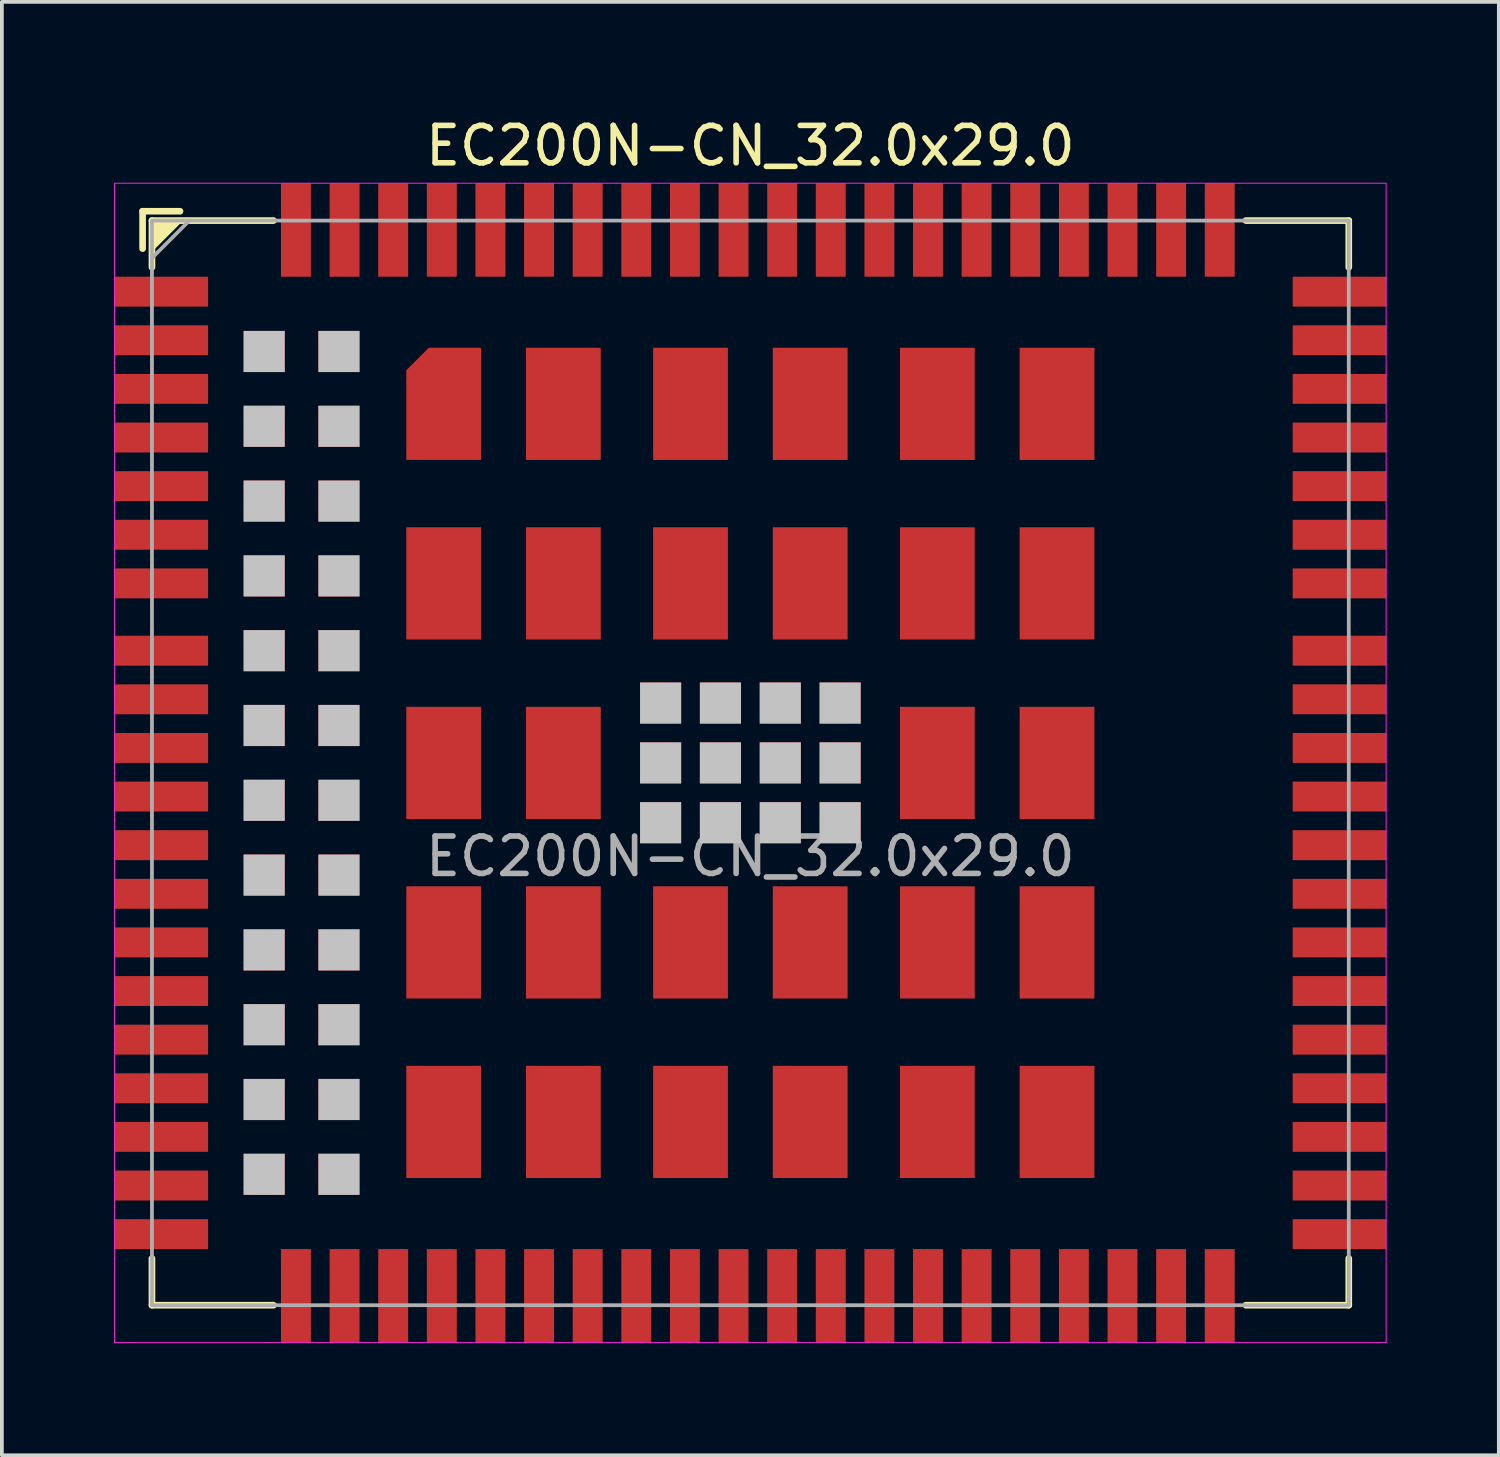
<source format=kicad_pcb>
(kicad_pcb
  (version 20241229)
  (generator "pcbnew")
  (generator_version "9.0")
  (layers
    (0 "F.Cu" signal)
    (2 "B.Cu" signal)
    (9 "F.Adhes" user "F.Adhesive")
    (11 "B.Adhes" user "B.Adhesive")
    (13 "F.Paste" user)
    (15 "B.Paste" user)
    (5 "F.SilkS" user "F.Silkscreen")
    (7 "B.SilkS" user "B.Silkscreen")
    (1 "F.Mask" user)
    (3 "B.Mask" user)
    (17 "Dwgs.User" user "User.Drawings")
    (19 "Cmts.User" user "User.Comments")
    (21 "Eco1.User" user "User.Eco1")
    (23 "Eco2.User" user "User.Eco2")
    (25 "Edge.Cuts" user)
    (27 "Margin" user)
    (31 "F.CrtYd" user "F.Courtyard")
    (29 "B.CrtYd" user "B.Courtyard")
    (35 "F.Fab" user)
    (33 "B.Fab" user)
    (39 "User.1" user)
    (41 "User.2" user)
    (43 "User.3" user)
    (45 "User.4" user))
  (footprint "EC200N-CN_32.0x29.0"
    (layer "F.Cu")
    (at 17.013 17.348)
    (property "Reference" "EC200N-CN_32.0x29.0" (at 0 -16.5 0) (unlocked yes) (layer "F.SilkS") (effects (font (size 1 1) (thickness 0.15))))
    (attr smd)
    (fp_line (start -16.25 -14.75) (end -15.25 -14.75) (stroke (width 0.178) (type solid)) (layer "F.SilkS"))
    (fp_line (start -16.25 -13.75) (end -16.25 -14.75) (stroke (width 0.178) (type solid)) (layer "F.SilkS"))
    (fp_line (start -16 -14.5) (end -16 -13.25) (stroke (width 0.178) (type solid)) (layer "F.SilkS"))
    (fp_line (start -16 13.25) (end -16 14.5) (stroke (width 0.178) (type solid)) (layer "F.SilkS"))
    (fp_line (start -16 14.5) (end -12.75 14.5) (stroke (width 0.178) (type solid)) (layer "F.SilkS"))
    (fp_line (start -12.75 -14.5) (end -16 -14.5) (stroke (width 0.178) (type solid)) (layer "F.SilkS"))
    (fp_line (start 13.25 14.5) (end 16 14.5) (stroke (width 0.178) (type solid)) (layer "F.SilkS"))
    (fp_line (start 16 -14.5) (end 13.25 -14.5) (stroke (width 0.178) (type solid)) (layer "F.SilkS"))
    (fp_line (start 16 -13.25) (end 16 -14.5) (stroke (width 0.178) (type solid)) (layer "F.SilkS"))
    (fp_line (start 16 14.5) (end 16 13.25) (stroke (width 0.178) (type solid)) (layer "F.SilkS"))
    (fp_poly (pts (xy -16 -13.75) (xy -16 -14.5) (xy -15.25 -14.5)) (stroke (width 0.12) (type solid)) (fill yes) (layer "F.SilkS"))
    (fp_rect (start -17 -15.5) (end 17 15.5) (stroke (width 0.025) (type solid)) (fill no) (layer "F.CrtYd"))
    (fp_line (start -16 -13.5) (end -15 -14.5) (stroke (width 0.1) (type solid)) (layer "F.Fab"))
    (fp_rect (start -16 -14.5) (end 16 14.5) (stroke (width 0.1) (type solid)) (fill no) (layer "F.Fab"))
    (fp_text user "${REFERENCE}" (at 0 2.5 0) (unlocked yes) (layer "F.Fab") (effects (font (size 1 1) (thickness 0.15))))
    (pad "1" smd rect (at -15.75 -12.6) (size 2.5 0.8) (layers "F.Cu" "F.Mask" "F.Paste"))
    (pad "2" smd rect (at -15.75 -11.3) (size 2.5 0.8) (layers "F.Cu" "F.Mask" "F.Paste"))
    (pad "3" smd rect (at -15.75 -10) (size 2.5 0.8) (layers "F.Cu" "F.Mask" "F.Paste"))
    (pad "4" smd rect (at -15.75 -8.7) (size 2.5 0.8) (layers "F.Cu" "F.Mask" "F.Paste"))
    (pad "5" smd rect (at -15.75 -7.4) (size 2.5 0.8) (layers "F.Cu" "F.Mask" "F.Paste"))
    (pad "6" smd rect (at -15.75 -6.1) (size 2.5 0.8) (layers "F.Cu" "F.Mask" "F.Paste"))
    (pad "7" smd rect (at -15.75 -4.8) (size 2.5 0.8) (layers "F.Cu" "F.Mask" "F.Paste"))
    (pad "8" smd rect (at -15.75 -0.4) (size 2.5 0.8) (layers "F.Cu" "F.Mask" "F.Paste"))
    (pad "9" smd rect (at -15.75 0.9) (size 2.5 0.8) (layers "F.Cu" "F.Mask" "F.Paste"))
    (pad "10" smd rect (at -15.75 2.2) (size 2.5 0.8) (layers "F.Cu" "F.Mask" "F.Paste"))
    (pad "11" smd rect (at -15.75 3.5) (size 2.5 0.8) (layers "F.Cu" "F.Mask" "F.Paste"))
    (pad "12" smd rect (at -15.75 4.8) (size 2.5 0.8) (layers "F.Cu" "F.Mask" "F.Paste"))
    (pad "13" smd rect (at -15.75 6.1) (size 2.5 0.8) (layers "F.Cu" "F.Mask" "F.Paste"))
    (pad "14" smd rect (at -15.75 7.4) (size 2.5 0.8) (layers "F.Cu" "F.Mask" "F.Paste"))
    (pad "15" smd rect (at -15.75 8.7) (size 2.5 0.8) (layers "F.Cu" "F.Mask" "F.Paste"))
    (pad "16" smd rect (at -15.75 10) (size 2.5 0.8) (layers "F.Cu" "F.Mask" "F.Paste"))
    (pad "17" smd rect (at -15.75 11.3) (size 2.5 0.8) (layers "F.Cu" "F.Mask" "F.Paste"))
    (pad "18" smd rect (at -15.75 12.6) (size 2.5 0.8) (layers "F.Cu" "F.Mask" "F.Paste"))
    (pad "19" smd rect (at -9.55 14.25) (size 0.8 2.5) (layers "F.Cu" "F.Mask" "F.Paste"))
    (pad "20" smd rect (at -8.25 14.25) (size 0.8 2.5) (layers "F.Cu" "F.Mask" "F.Paste"))
    (pad "21" smd rect (at -6.95 14.25) (size 0.8 2.5) (layers "F.Cu" "F.Mask" "F.Paste"))
    (pad "22" smd rect (at -5.65 14.25) (size 0.8 2.5) (layers "F.Cu" "F.Mask" "F.Paste"))
    (pad "23" smd rect (at -4.35 14.25) (size 0.8 2.5) (layers "F.Cu" "F.Mask" "F.Paste"))
    (pad "24" smd rect (at -3.05 14.25) (size 0.8 2.5) (layers "F.Cu" "F.Mask" "F.Paste"))
    (pad "25" smd rect (at -1.75 14.25) (size 0.8 2.5) (layers "F.Cu" "F.Mask" "F.Paste"))
    (pad "26" smd rect (at -0.45 14.25) (size 0.8 2.5) (layers "F.Cu" "F.Mask" "F.Paste"))
    (pad "27" smd rect (at 0.85 14.25) (size 0.8 2.5) (layers "F.Cu" "F.Mask" "F.Paste"))
    (pad "28" smd rect (at 2.15 14.25) (size 0.8 2.5) (layers "F.Cu" "F.Mask" "F.Paste"))
    (pad "29" smd rect (at 3.45 14.25) (size 0.8 2.5) (layers "F.Cu" "F.Mask" "F.Paste"))
    (pad "30" smd rect (at 4.75 14.25) (size 0.8 2.5) (layers "F.Cu" "F.Mask" "F.Paste"))
    (pad "31" smd rect (at 6.05 14.25) (size 0.8 2.5) (layers "F.Cu" "F.Mask" "F.Paste"))
    (pad "32" smd rect (at 7.35 14.25) (size 0.8 2.5) (layers "F.Cu" "F.Mask" "F.Paste"))
    (pad "33" smd rect (at 8.65 14.25) (size 0.8 2.5) (layers "F.Cu" "F.Mask" "F.Paste"))
    (pad "34" smd rect (at 9.95 14.25) (size 0.8 2.5) (layers "F.Cu" "F.Mask" "F.Paste"))
    (pad "35" smd rect (at 11.25 14.25) (size 0.8 2.5) (layers "F.Cu" "F.Mask" "F.Paste"))
    (pad "36" smd rect (at 12.55 14.25) (size 0.8 2.5) (layers "F.Cu" "F.Mask" "F.Paste"))
    (pad "37" smd rect (at 15.75 12.6) (size 2.5 0.8) (layers "F.Cu" "F.Mask" "F.Paste"))
    (pad "38" smd rect (at 15.75 11.3) (size 2.5 0.8) (layers "F.Cu" "F.Mask" "F.Paste"))
    (pad "39" smd rect (at 15.75 10) (size 2.5 0.8) (layers "F.Cu" "F.Mask" "F.Paste"))
    (pad "40" smd rect (at 15.75 8.7) (size 2.5 0.8) (layers "F.Cu" "F.Mask" "F.Paste"))
    (pad "41" smd rect (at 15.75 7.4) (size 2.5 0.8) (layers "F.Cu" "F.Mask" "F.Paste"))
    (pad "42" smd rect (at 15.75 6.1) (size 2.5 0.8) (layers "F.Cu" "F.Mask" "F.Paste"))
    (pad "43" smd rect (at 15.75 4.8) (size 2.5 0.8) (layers "F.Cu" "F.Mask" "F.Paste"))
    (pad "44" smd rect (at 15.75 3.5) (size 2.5 0.8) (layers "F.Cu" "F.Mask" "F.Paste"))
    (pad "45" smd rect (at 15.75 2.2) (size 2.5 0.8) (layers "F.Cu" "F.Mask" "F.Paste"))
    (pad "46" smd rect (at 15.75 0.9) (size 2.5 0.8) (layers "F.Cu" "F.Mask" "F.Paste"))
    (pad "47" smd rect (at 15.75 -0.4) (size 2.5 0.8) (layers "F.Cu" "F.Mask" "F.Paste"))
    (pad "48" smd rect (at 15.75 -4.8) (size 2.5 0.8) (layers "F.Cu" "F.Mask" "F.Paste"))
    (pad "49" smd rect (at 15.75 -6.1) (size 2.5 0.8) (layers "F.Cu" "F.Mask" "F.Paste"))
    (pad "50" smd rect (at 15.75 -7.4) (size 2.5 0.8) (layers "F.Cu" "F.Mask" "F.Paste"))
    (pad "51" smd rect (at 15.75 -8.7) (size 2.5 0.8) (layers "F.Cu" "F.Mask" "F.Paste"))
    (pad "52" smd rect (at 15.75 -10) (size 2.5 0.8) (layers "F.Cu" "F.Mask" "F.Paste"))
    (pad "53" smd rect (at 15.75 -11.3) (size 2.5 0.8) (layers "F.Cu" "F.Mask" "F.Paste"))
    (pad "54" smd rect (at 15.75 -12.6) (size 2.5 0.8) (layers "F.Cu" "F.Mask" "F.Paste"))
    (pad "55" smd rect (at 12.55 -14.25) (size 0.8 2.5) (layers "F.Cu" "F.Mask" "F.Paste"))
    (pad "56" smd rect (at 11.25 -14.25) (size 0.8 2.5) (layers "F.Cu" "F.Mask" "F.Paste"))
    (pad "57" smd rect (at 9.95 -14.25) (size 0.8 2.5) (layers "F.Cu" "F.Mask" "F.Paste"))
    (pad "58" smd rect (at 8.65 -14.25) (size 0.8 2.5) (layers "F.Cu" "F.Mask" "F.Paste"))
    (pad "59" smd rect (at 7.35 -14.25) (size 0.8 2.5) (layers "F.Cu" "F.Mask" "F.Paste"))
    (pad "60" smd rect (at 6.05 -14.25) (size 0.8 2.5) (layers "F.Cu" "F.Mask" "F.Paste"))
    (pad "61" smd rect (at 4.75 -14.25) (size 0.8 2.5) (layers "F.Cu" "F.Mask" "F.Paste"))
    (pad "62" smd rect (at 3.45 -14.25) (size 0.8 2.5) (layers "F.Cu" "F.Mask" "F.Paste"))
    (pad "63" smd rect (at 2.15 -14.25) (size 0.8 2.5) (layers "F.Cu" "F.Mask" "F.Paste"))
    (pad "64" smd rect (at 0.85 -14.25) (size 0.8 2.5) (layers "F.Cu" "F.Mask" "F.Paste"))
    (pad "65" smd rect (at -0.45 -14.25) (size 0.8 2.5) (layers "F.Cu" "F.Mask" "F.Paste"))
    (pad "66" smd rect (at -1.75 -14.25) (size 0.8 2.5) (layers "F.Cu" "F.Mask" "F.Paste"))
    (pad "67" smd rect (at -3.05 -14.25) (size 0.8 2.5) (layers "F.Cu" "F.Mask" "F.Paste"))
    (pad "68" smd rect (at -4.35 -14.25) (size 0.8 2.5) (layers "F.Cu" "F.Mask" "F.Paste"))
    (pad "69" smd rect (at -5.65 -14.25) (size 0.8 2.5) (layers "F.Cu" "F.Mask" "F.Paste"))
    (pad "70" smd rect (at -6.95 -14.25) (size 0.8 2.5) (layers "F.Cu" "F.Mask" "F.Paste"))
    (pad "71" smd rect (at -8.25 -14.25) (size 0.8 2.5) (layers "F.Cu" "F.Mask" "F.Paste"))
    (pad "72" smd rect (at -9.55 -14.25) (size 0.8 2.5) (layers "F.Cu" "F.Mask" "F.Paste"))
    (pad "73" smd rect (at 2.4 -1.6) (size 1.1 1.1) (layers "F.Cu" "F.Mask" "F.Paste" "Dwgs.User"))
    (pad "74" smd rect (at 2.4 0) (size 1.1 1.1) (layers "F.Cu" "F.Mask" "F.Paste" "Dwgs.User"))
    (pad "75" smd rect (at 2.4 1.6) (size 1.1 1.1) (layers "F.Cu" "F.Mask" "F.Paste" "Dwgs.User"))
    (pad "76" smd rect (at 0.8 -1.6) (size 1.1 1.1) (layers "F.Cu" "F.Mask" "F.Paste" "Dwgs.User"))
    (pad "77" smd rect (at 0.8 0) (size 1.1 1.1) (layers "F.Cu" "F.Mask" "F.Paste" "Dwgs.User"))
    (pad "78" smd rect (at 0.8 1.6) (size 1.1 1.1) (layers "F.Cu" "F.Mask" "F.Paste" "Dwgs.User"))
    (pad "79" smd rect (at -0.8 -1.6) (size 1.1 1.1) (layers "F.Cu" "F.Mask" "F.Paste" "Dwgs.User"))
    (pad "80" smd rect (at -0.8 0) (size 1.1 1.1) (layers "F.Cu" "F.Mask" "F.Paste" "Dwgs.User"))
    (pad "81" smd rect (at -0.8 1.6) (size 1.1 1.1) (layers "F.Cu" "F.Mask" "F.Paste" "Dwgs.User"))
    (pad "82" smd rect (at -2.4 -1.6) (size 1.1 1.1) (layers "F.Cu" "F.Mask" "F.Paste" "Dwgs.User"))
    (pad "83" smd rect (at -2.4 0) (size 1.1 1.1) (layers "F.Cu" "F.Mask" "F.Paste" "Dwgs.User"))
    (pad "84" smd rect (at -2.4 1.6) (size 1.1 1.1) (layers "F.Cu" "F.Mask" "F.Paste" "Dwgs.User"))
    (pad "85" smd rect (at 8.2 -9.6) (size 2 3) (layers "F.Cu" "F.Mask" "F.Paste"))
    (pad "86" smd rect (at 8.2 -4.8) (size 2 3) (layers "F.Cu" "F.Mask" "F.Paste"))
    (pad "87" smd rect (at 8.2 0) (size 2 3) (layers "F.Cu" "F.Mask" "F.Paste"))
    (pad "88" smd rect (at 8.2 4.8) (size 2 3) (layers "F.Cu" "F.Mask" "F.Paste"))
    (pad "89" smd rect (at 8.2 9.6) (size 2 3) (layers "F.Cu" "F.Mask" "F.Paste"))
    (pad "90" smd rect (at 5 -9.6) (size 2 3) (layers "F.Cu" "F.Mask" "F.Paste"))
    (pad "91" smd rect (at 5 -4.8) (size 2 3) (layers "F.Cu" "F.Mask" "F.Paste"))
    (pad "92" smd rect (at 5 0) (size 2 3) (layers "F.Cu" "F.Mask" "F.Paste"))
    (pad "93" smd rect (at 5 4.8) (size 2 3) (layers "F.Cu" "F.Mask" "F.Paste"))
    (pad "94" smd rect (at 5 9.6) (size 2 3) (layers "F.Cu" "F.Mask" "F.Paste"))
    (pad "95" smd rect (at 1.6 -9.6) (size 2 3) (layers "F.Cu" "F.Mask" "F.Paste"))
    (pad "96" smd rect (at 1.6 -4.8) (size 2 3) (layers "F.Cu" "F.Mask" "F.Paste"))
    (pad "97" smd rect (at 1.6 4.8) (size 2 3) (layers "F.Cu" "F.Mask" "F.Paste"))
    (pad "98" smd rect (at 1.6 9.6) (size 2 3) (layers "F.Cu" "F.Mask" "F.Paste"))
    (pad "99" smd rect (at -1.6 -9.6) (size 2 3) (layers "F.Cu" "F.Mask" "F.Paste"))
    (pad "100" smd rect (at -1.6 -4.8) (size 2 3) (layers "F.Cu" "F.Mask" "F.Paste"))
    (pad "101" smd rect (at -1.6 4.8) (size 2 3) (layers "F.Cu" "F.Mask" "F.Paste"))
    (pad "102" smd rect (at -1.6 9.6) (size 2 3) (layers "F.Cu" "F.Mask" "F.Paste"))
    (pad "103" smd rect (at -5 -9.6) (size 2 3) (layers "F.Cu" "F.Mask" "F.Paste"))
    (pad "104" smd rect (at -5 -4.8) (size 2 3) (layers "F.Cu" "F.Mask" "F.Paste"))
    (pad "105" smd rect (at -5 0) (size 2 3) (layers "F.Cu" "F.Mask" "F.Paste"))
    (pad "106" smd rect (at -5 4.8) (size 2 3) (layers "F.Cu" "F.Mask" "F.Paste"))
    (pad "107" smd rect (at -5 9.6) (size 2 3) (layers "F.Cu" "F.Mask" "F.Paste"))
    (pad "108" smd roundrect (at -8.2 -9.6) (size 2 3) (layers "F.Cu" "F.Mask" "F.Paste") (roundrect_rratio 0) (chamfer_ratio 0.3) (chamfer top_left))
    (pad "109" smd rect (at -8.2 -4.8) (size 2 3) (layers "F.Cu" "F.Mask" "F.Paste"))
    (pad "110" smd rect (at -8.2 0) (size 2 3) (layers "F.Cu" "F.Mask" "F.Paste"))
    (pad "111" smd rect (at -8.2 4.8) (size 2 3) (layers "F.Cu" "F.Mask" "F.Paste"))
    (pad "112" smd rect (at -8.2 9.6) (size 2 3) (layers "F.Cu" "F.Mask" "F.Paste"))
    (pad "113" smd rect (at -10.85 -14.25) (size 0.8 2.5) (layers "F.Cu" "F.Mask" "F.Paste"))
    (pad "114" smd rect (at -12.15 -14.25) (size 0.8 2.5) (layers "F.Cu" "F.Mask" "F.Paste"))
    (pad "115" smd rect (at -10.85 14.25) (size 0.8 2.5) (layers "F.Cu" "F.Mask" "F.Paste"))
    (pad "116" smd rect (at -12.15 14.25) (size 0.8 2.5) (layers "F.Cu" "F.Mask" "F.Paste"))
    (pad "117" smd rect (at -11 -11) (size 1.1 1.1) (layers "F.Cu" "F.Mask" "F.Paste" "Dwgs.User"))
    (pad "118" smd rect (at -11 -9) (size 1.1 1.1) (layers "F.Cu" "F.Mask" "F.Paste" "Dwgs.User"))
    (pad "119" smd rect (at -11 -7) (size 1.1 1.1) (layers "F.Cu" "F.Mask" "F.Paste" "Dwgs.User"))
    (pad "120" smd rect (at -11 -5) (size 1.1 1.1) (layers "F.Cu" "F.Mask" "F.Paste" "Dwgs.User"))
    (pad "121" smd rect (at -11 -3) (size 1.1 1.1) (layers "F.Cu" "F.Mask" "F.Paste" "Dwgs.User"))
    (pad "122" smd rect (at -11 -1) (size 1.1 1.1) (layers "F.Cu" "F.Mask" "F.Paste" "Dwgs.User"))
    (pad "123" smd rect (at -11 1) (size 1.1 1.1) (layers "F.Cu" "F.Mask" "F.Paste" "Dwgs.User"))
    (pad "124" smd rect (at -11 3) (size 1.1 1.1) (layers "F.Cu" "F.Mask" "F.Paste" "Dwgs.User"))
    (pad "125" smd rect (at -11 5) (size 1.1 1.1) (layers "F.Cu" "F.Mask" "F.Paste" "Dwgs.User"))
    (pad "126" smd rect (at -11 7) (size 1.1 1.1) (layers "F.Cu" "F.Mask" "F.Paste" "Dwgs.User"))
    (pad "127" smd rect (at -11 9) (size 1.1 1.1) (layers "F.Cu" "F.Mask" "F.Paste" "Dwgs.User"))
    (pad "128" smd rect (at -11 11) (size 1.1 1.1) (layers "F.Cu" "F.Mask" "F.Paste" "Dwgs.User"))
    (pad "129" smd rect (at -13 -11) (size 1.1 1.1) (layers "F.Cu" "F.Mask" "F.Paste" "Dwgs.User"))
    (pad "130" smd rect (at -13 -9) (size 1.1 1.1) (layers "F.Cu" "F.Mask" "F.Paste" "Dwgs.User"))
    (pad "131" smd rect (at -13 -7) (size 1.1 1.1) (layers "F.Cu" "F.Mask" "F.Paste" "Dwgs.User"))
    (pad "132" smd rect (at -13 -5) (size 1.1 1.1) (layers "F.Cu" "F.Mask" "F.Paste" "Dwgs.User"))
    (pad "133" smd rect (at -13 -3) (size 1.1 1.1) (layers "F.Cu" "F.Mask" "F.Paste" "Dwgs.User"))
    (pad "134" smd rect (at -13 -1) (size 1.1 1.1) (layers "F.Cu" "F.Mask" "F.Paste" "Dwgs.User"))
    (pad "135" smd rect (at -13 1) (size 1.1 1.1) (layers "F.Cu" "F.Mask" "F.Paste" "Dwgs.User"))
    (pad "136" smd rect (at -13 3) (size 1.1 1.1) (layers "F.Cu" "F.Mask" "F.Paste" "Dwgs.User"))
    (pad "137" smd rect (at -13 5) (size 1.1 1.1) (layers "F.Cu" "F.Mask" "F.Paste" "Dwgs.User"))
    (pad "138" smd rect (at -13 7) (size 1.1 1.1) (layers "F.Cu" "F.Mask" "F.Paste" "Dwgs.User"))
    (pad "139" smd rect (at -13 9) (size 1.1 1.1) (layers "F.Cu" "F.Mask" "F.Paste" "Dwgs.User"))
    (pad "140" smd rect (at -13 11) (size 1.1 1.1) (layers "F.Cu" "F.Mask" "F.Paste" "Dwgs.User"))
    (pad "141" smd rect (at -15.75 -3) (size 2.5 0.8) (layers "F.Cu" "F.Mask" "F.Paste"))
    (pad "142" smd rect (at -15.75 -1.7) (size 2.5 0.8) (layers "F.Cu" "F.Mask" "F.Paste"))
    (pad "143" smd rect (at 15.75 -1.7) (size 2.5 0.8) (layers "F.Cu" "F.Mask" "F.Paste"))
    (pad "144" smd rect (at 15.75 -3) (size 2.5 0.8) (layers "F.Cu" "F.Mask" "F.Paste"))
    (zone (net_name "") (layer "F.Cu") (hatch edge 0.508) (connect_pads) (min_thickness 0.254) (filled_areas_thickness no) (keepout (tracks not_allowed) (vias not_allowed) (pads not_allowed) (copperpour allowed) (footprints allowed)) (placement (enabled no)) (fill) (polygon (pts (xy 30.013 27.848) (xy 30.513 28.348) (xy 30.763 28.848) (xy 30.763 29.348) (xy 26.513 29.348) (xy 26.513 28.848) (xy 26.763 28.348) (xy 27.263 27.848) (xy 27.763 27.598) (xy 29.513 27.598))))
    (zone (net_name "") (layer "F.Cu") (hatch edge 0.508) (connect_pads) (min_thickness 0.254) (filled_areas_thickness no) (keepout (tracks allowed) (vias not_allowed) (pads allowed) (copperpour allowed) (footprints allowed)) (placement (enabled no)) (fill) (polygon (pts (xy 31.013 13.598) (xy 30.513 13.598) (xy 30.013 13.348) (xy 29.513 12.848) (xy 29.263 12.348) (xy 29.263 10.098) (xy 29.513 9.598) (xy 30.013 9.098) (xy 30.513 8.848) (xy 31.013 8.848))))
    (zone (net_name "") (layer "F.Cu") (hatch edge 0.508) (connect_pads) (min_thickness 0.254) (filled_areas_thickness no) (keepout (tracks allowed) (vias not_allowed) (pads allowed) (copperpour allowed) (footprints allowed)) (placement (enabled no)) (fill) (polygon (pts (xy 31.013 19.348) (xy 30.513 19.348) (xy 30.013 19.098) (xy 29.513 18.598) (xy 29.263 18.098) (xy 29.263 15.848) (xy 29.513 15.348) (xy 30.013 14.848) (xy 30.513 14.598) (xy 31.013 14.598)))))
  (gr_rect
    (start -3 -3)
    (end 37.025 35.861)
    (stroke (width 0.1) (type default))
    (fill no)
    (layer "Edge.Cuts")))
</source>
